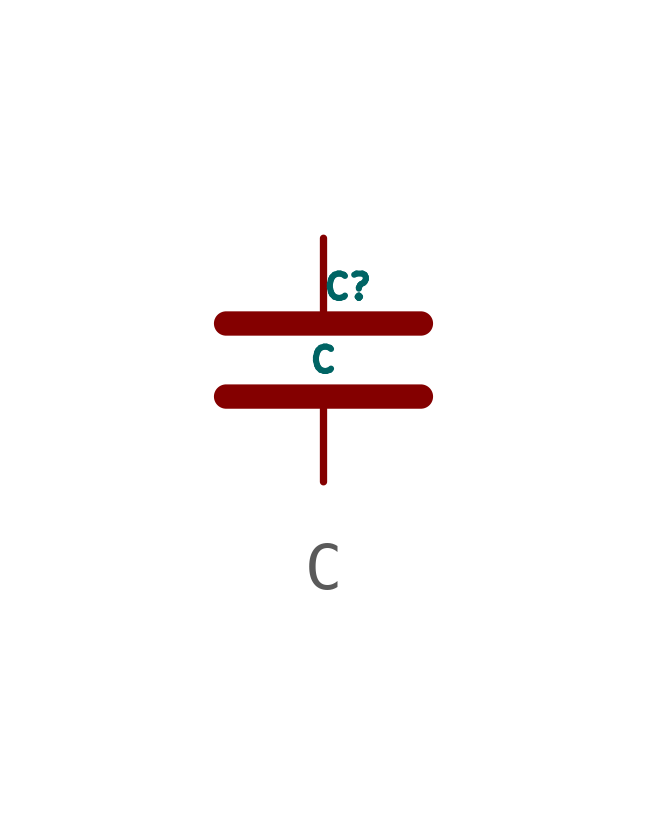
<source format=kicad_sym>
(kicad_symbol_lib
  (version 20231120)
  (generator "kicad_symbol_editor")
  (generator_version "8.0")
  (symbol "C"
    (pin_numbers hide)
    (pin_names
      (offset 0.254))
    (property "Reference" "C"
      (at 0.508 1.524 0)
      (effects (font (size 0.508 0.508))))
    (property "Value" "C"
      (at 0 0 0)
      (effects (font (size 0.508 0.508))))
    (symbol "C_0_1"
      (polyline (pts (xy -2.032 -0.762) (xy 2.032 -0.762)) (stroke (width 0.508) (type default)) (fill (type none)))
      (polyline (pts (xy -2.032 0.762) (xy 2.032 0.762)) (stroke (width 0.508) (type default)) (fill (type none))))
    (symbol "C_1_1"
      (pin passive line (at 0 2.54 270) (length 1.524) (name "~" (effects (font (size 1.27 1.27)))) (number "1" (effects (font (size 1.27 1.27)))))
      (pin passive line (at 0 -2.54 90) (length 1.524) (name "~" (effects (font (size 1.27 1.27)))) (number "2" (effects (font (size 1.27 1.27))))))))
</source>
